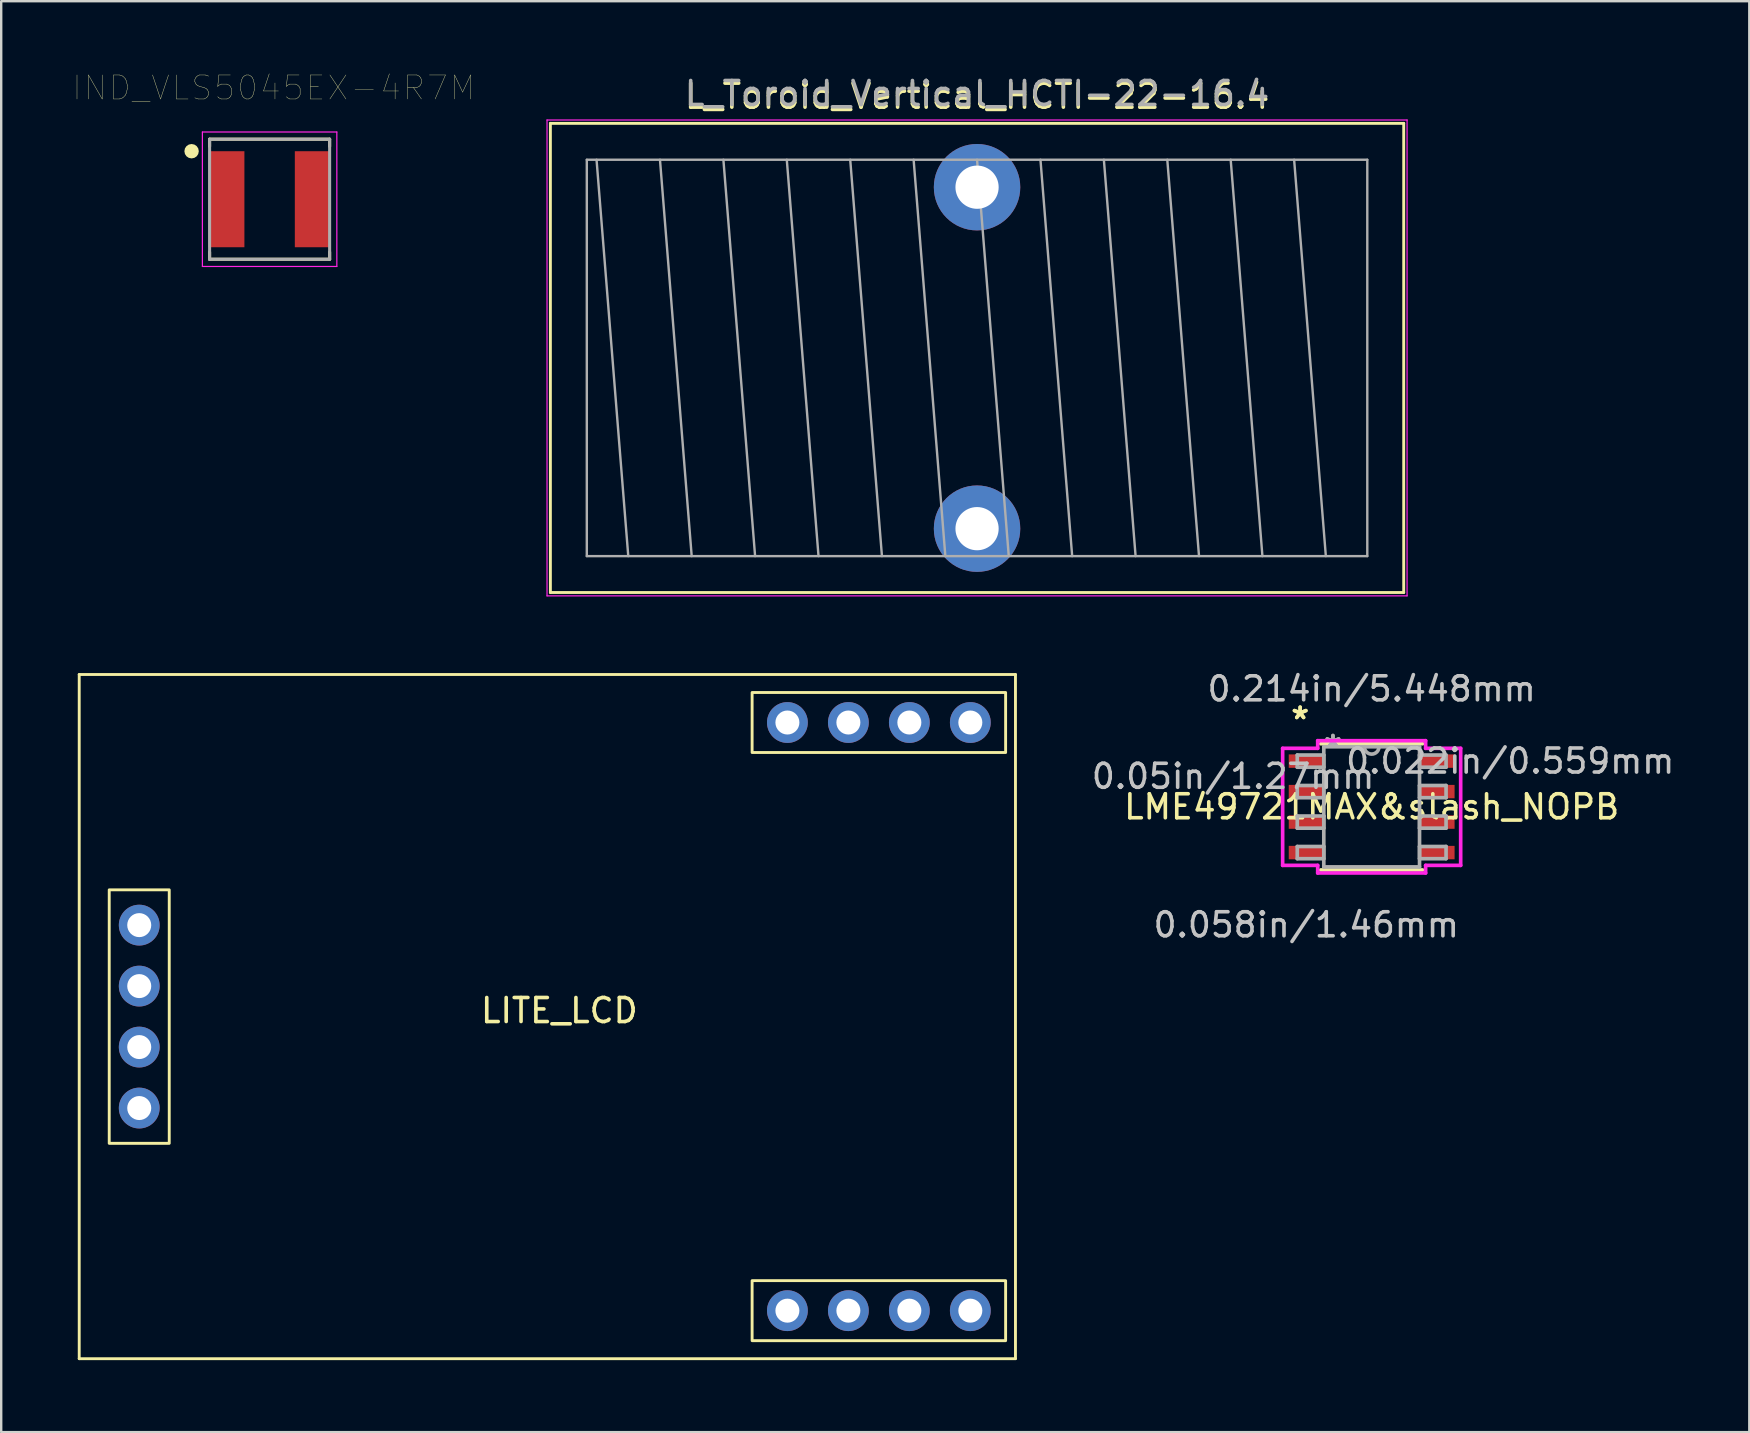
<source format=kicad_pcb>
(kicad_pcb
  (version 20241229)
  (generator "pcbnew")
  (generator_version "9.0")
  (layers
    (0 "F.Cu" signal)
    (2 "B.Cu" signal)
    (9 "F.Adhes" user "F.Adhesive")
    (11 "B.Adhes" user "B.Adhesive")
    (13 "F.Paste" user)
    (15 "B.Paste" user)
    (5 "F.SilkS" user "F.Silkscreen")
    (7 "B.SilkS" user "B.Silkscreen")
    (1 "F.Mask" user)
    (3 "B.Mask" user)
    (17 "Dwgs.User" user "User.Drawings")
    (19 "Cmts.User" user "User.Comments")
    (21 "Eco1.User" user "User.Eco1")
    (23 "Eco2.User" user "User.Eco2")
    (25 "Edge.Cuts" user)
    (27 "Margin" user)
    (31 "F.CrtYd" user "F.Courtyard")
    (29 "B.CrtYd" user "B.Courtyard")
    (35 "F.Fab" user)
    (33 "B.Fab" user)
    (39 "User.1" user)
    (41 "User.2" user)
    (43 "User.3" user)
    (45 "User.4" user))
  (footprint "L_Toroid_Vertical_HCTI-22-16.4"
    (layer "F.Cu")
    (at 37.65 4.748)
    (property "Reference" "L_Toroid_Vertical_HCTI-22-16.4" (at 0 -3.79 0) (layer "F.SilkS") (effects (font (size 1 1) (thickness 0.15))))
    (attr through_hole)
    (fp_line (start -17.773 -2.66) (end -17.773 16.884) (stroke (width 0.12) (type solid)) (layer "F.SilkS"))
    (fp_line (start -17.773 -2.66) (end 17.773 -2.66) (stroke (width 0.12) (type solid)) (layer "F.SilkS"))
    (fp_line (start -17.773 16.884) (end 17.773 16.884) (stroke (width 0.12) (type solid)) (layer "F.SilkS"))
    (fp_line (start 17.773 -2.66) (end 17.773 16.884) (stroke (width 0.12) (type solid)) (layer "F.SilkS"))
    (fp_line (start -17.913 -2.8) (end -17.913 17.024) (stroke (width 0.05) (type solid)) (layer "F.CrtYd"))
    (fp_line (start -17.913 17.024) (end 17.913 17.024) (stroke (width 0.05) (type solid)) (layer "F.CrtYd"))
    (fp_line (start 17.913 -2.8) (end -17.913 -2.8) (stroke (width 0.05) (type solid)) (layer "F.CrtYd"))
    (fp_line (start 17.913 17.024) (end 17.913 -2.8) (stroke (width 0.05) (type solid)) (layer "F.CrtYd"))
    (fp_line (start -16.256 -1.143) (end -16.256 15.367) (stroke (width 0.1) (type solid)) (layer "F.Fab"))
    (fp_line (start -16.256 15.367) (end 16.256 15.367) (stroke (width 0.1) (type solid)) (layer "F.Fab"))
    (fp_line (start -15.85 -1.143) (end -14.529 15.367) (stroke (width 0.1) (type solid)) (layer "F.Fab"))
    (fp_line (start -13.208 -1.143) (end -11.887 15.367) (stroke (width 0.1) (type solid)) (layer "F.Fab"))
    (fp_line (start -10.566 -1.143) (end -9.246 15.367) (stroke (width 0.1) (type solid)) (layer "F.Fab"))
    (fp_line (start -7.925 -1.143) (end -6.604 15.367) (stroke (width 0.1) (type solid)) (layer "F.Fab"))
    (fp_line (start -5.283 -1.143) (end -3.962 15.367) (stroke (width 0.1) (type solid)) (layer "F.Fab"))
    (fp_line (start -2.642 -1.143) (end -1.321 15.367) (stroke (width 0.1) (type solid)) (layer "F.Fab"))
    (fp_line (start 0 -1.143) (end 1.321 15.367) (stroke (width 0.1) (type solid)) (layer "F.Fab"))
    (fp_line (start 2.642 -1.143) (end 3.962 15.367) (stroke (width 0.1) (type solid)) (layer "F.Fab"))
    (fp_line (start 5.283 -1.143) (end 6.604 15.367) (stroke (width 0.1) (type solid)) (layer "F.Fab"))
    (fp_line (start 7.925 -1.143) (end 9.246 15.367) (stroke (width 0.1) (type solid)) (layer "F.Fab"))
    (fp_line (start 10.566 -1.143) (end 11.887 15.367) (stroke (width 0.1) (type solid)) (layer "F.Fab"))
    (fp_line (start 13.208 -1.143) (end 14.529 15.367) (stroke (width 0.1) (type solid)) (layer "F.Fab"))
    (fp_line (start 16.256 -1.143) (end -16.256 -1.143) (stroke (width 0.1) (type solid)) (layer "F.Fab"))
    (fp_line (start 16.256 15.367) (end 16.256 -1.143) (stroke (width 0.1) (type solid)) (layer "F.Fab"))
    (fp_text user "${REFERENCE}" (at 0 -3.9 0) (layer "F.Fab") (effects (font (size 1 1) (thickness 0.15))))
    (pad "1" thru_hole circle (at 0 0) (size 3.6 3.6) (drill 1.8) (layers "*.Cu" "*.Mask"))
    (pad "2" thru_hole circle (at 0 14.224) (size 3.6 3.6) (drill 1.8) (layers "*.Cu" "*.Mask")))
  (footprint "LITE_LCD"
    (layer "F.Cu")
    (at 0.25 25.047)
    (property "Reference" "LITE_LCD" (at 20 14 0) (unlocked yes) (layer "F.SilkS") (effects (font (size 1 1) (thickness 0.15))))
    (attr smd)
    (fp_line (start 0 0) (end 39 0) (stroke (width 0.12) (type solid)) (layer "F.SilkS"))
    (fp_line (start 0 28.5) (end 0 0) (stroke (width 0.12) (type solid)) (layer "F.SilkS"))
    (fp_line (start 39 0) (end 39 28.5) (stroke (width 0.12) (type solid)) (layer "F.SilkS"))
    (fp_line (start 39 28.5) (end 0 28.5) (stroke (width 0.12) (type solid)) (layer "F.SilkS"))
    (fp_rect (start 1.25 8.97) (end 3.75 19.53) (stroke (width 0.12) (type solid)) (fill no) (layer "F.SilkS"))
    (fp_rect (start 28.03 0.75) (end 38.59 3.25) (stroke (width 0.12) (type solid)) (fill no) (layer "F.SilkS"))
    (fp_rect (start 28.03 25.25) (end 38.59 27.75) (stroke (width 0.12) (type solid)) (fill no) (layer "F.SilkS"))
    (pad "1" thru_hole circle (at 29.5 2) (size 1.7 1.7) (drill 1) (layers "*.Cu" "*.Mask"))
    (pad "2" thru_hole circle (at 32.04 2) (size 1.7 1.7) (drill 1) (layers "*.Cu" "*.Mask"))
    (pad "3" thru_hole circle (at 34.58 2) (size 1.7 1.7) (drill 1) (layers "*.Cu" "*.Mask"))
    (pad "4" thru_hole circle (at 37.12 2) (size 1.7 1.7) (drill 1) (layers "*.Cu" "*.Mask"))
    (pad "5" thru_hole circle (at 29.5 26.5) (size 1.7 1.7) (drill 1) (layers "*.Cu" "*.Mask"))
    (pad "6" thru_hole circle (at 32.04 26.5) (size 1.7 1.7) (drill 1) (layers "*.Cu" "*.Mask"))
    (pad "7" thru_hole circle (at 34.58 26.5) (size 1.7 1.7) (drill 1) (layers "*.Cu" "*.Mask"))
    (pad "8" thru_hole circle (at 37.12 26.5) (size 1.7 1.7) (drill 1) (layers "*.Cu" "*.Mask"))
    (pad "9" thru_hole circle (at 2.5 10.44 270) (size 1.7 1.7) (drill 1) (layers "*.Cu" "*.Mask"))
    (pad "10" thru_hole circle (at 2.5 12.98 270) (size 1.7 1.7) (drill 1) (layers "*.Cu" "*.Mask"))
    (pad "11" thru_hole circle (at 2.5 15.52 270) (size 1.7 1.7) (drill 1) (layers "*.Cu" "*.Mask"))
    (pad "12" thru_hole circle (at 2.5 18.06 270) (size 1.7 1.7) (drill 1) (layers "*.Cu" "*.Mask")))
  (footprint "LME49721MAX&slash_NOPB"
    (layer "F.Cu")
    (at 54.088 30.56)
    (property "Reference" "LME49721MAX&slash_NOPB" (at 0 0 0) (layer "F.SilkS") (effects (font (size 1 1) (thickness 0.15))))
    (attr through_hole)
    (fp_line (start -2.121 2.629) (end 2.121 2.629) (stroke (width 0.152) (type solid)) (layer "F.SilkS"))
    (fp_line (start 2.121 -2.629) (end -2.121 -2.629) (stroke (width 0.152) (type solid)) (layer "F.SilkS"))
    (fp_line (start -3.708 -2.438) (end -2.248 -2.438) (stroke (width 0.152) (type solid)) (layer "F.CrtYd"))
    (fp_line (start -3.708 2.438) (end -3.708 -2.438) (stroke (width 0.152) (type solid)) (layer "F.CrtYd"))
    (fp_line (start -2.248 -2.756) (end 2.248 -2.756) (stroke (width 0.152) (type solid)) (layer "F.CrtYd"))
    (fp_line (start -2.248 -2.438) (end -2.248 -2.756) (stroke (width 0.152) (type solid)) (layer "F.CrtYd"))
    (fp_line (start -2.248 2.438) (end -3.708 2.438) (stroke (width 0.152) (type solid)) (layer "F.CrtYd"))
    (fp_line (start -2.248 2.756) (end -2.248 2.438) (stroke (width 0.152) (type solid)) (layer "F.CrtYd"))
    (fp_line (start 2.248 -2.756) (end 2.248 -2.438) (stroke (width 0.152) (type solid)) (layer "F.CrtYd"))
    (fp_line (start 2.248 -2.438) (end 3.708 -2.438) (stroke (width 0.152) (type solid)) (layer "F.CrtYd"))
    (fp_line (start 2.248 2.438) (end 2.248 2.756) (stroke (width 0.152) (type solid)) (layer "F.CrtYd"))
    (fp_line (start 2.248 2.756) (end -2.248 2.756) (stroke (width 0.152) (type solid)) (layer "F.CrtYd"))
    (fp_line (start 3.708 -2.438) (end 3.708 2.438) (stroke (width 0.152) (type solid)) (layer "F.CrtYd"))
    (fp_line (start 3.708 2.438) (end 2.248 2.438) (stroke (width 0.152) (type solid)) (layer "F.CrtYd"))
    (fp_line (start -3.099 -2.159) (end -3.099 -1.651) (stroke (width 0.152) (type solid)) (layer "F.Fab"))
    (fp_line (start -3.099 -1.651) (end -1.994 -1.651) (stroke (width 0.152) (type solid)) (layer "F.Fab"))
    (fp_line (start -3.099 -0.889) (end -3.099 -0.381) (stroke (width 0.152) (type solid)) (layer "F.Fab"))
    (fp_line (start -3.099 -0.381) (end -1.994 -0.381) (stroke (width 0.152) (type solid)) (layer "F.Fab"))
    (fp_line (start -3.099 0.381) (end -3.099 0.889) (stroke (width 0.152) (type solid)) (layer "F.Fab"))
    (fp_line (start -3.099 0.889) (end -1.994 0.889) (stroke (width 0.152) (type solid)) (layer "F.Fab"))
    (fp_line (start -3.099 1.651) (end -3.099 2.159) (stroke (width 0.152) (type solid)) (layer "F.Fab"))
    (fp_line (start -3.099 2.159) (end -1.994 2.159) (stroke (width 0.152) (type solid)) (layer "F.Fab"))
    (fp_line (start -1.994 -2.502) (end -1.994 2.502) (stroke (width 0.152) (type solid)) (layer "F.Fab"))
    (fp_line (start -1.994 -2.159) (end -3.099 -2.159) (stroke (width 0.152) (type solid)) (layer "F.Fab"))
    (fp_line (start -1.994 -1.651) (end -1.994 -2.159) (stroke (width 0.152) (type solid)) (layer "F.Fab"))
    (fp_line (start -1.994 -0.889) (end -3.099 -0.889) (stroke (width 0.152) (type solid)) (layer "F.Fab"))
    (fp_line (start -1.994 -0.381) (end -1.994 -0.889) (stroke (width 0.152) (type solid)) (layer "F.Fab"))
    (fp_line (start -1.994 0.381) (end -3.099 0.381) (stroke (width 0.152) (type solid)) (layer "F.Fab"))
    (fp_line (start -1.994 0.889) (end -1.994 0.381) (stroke (width 0.152) (type solid)) (layer "F.Fab"))
    (fp_line (start -1.994 1.651) (end -3.099 1.651) (stroke (width 0.152) (type solid)) (layer "F.Fab"))
    (fp_line (start -1.994 2.159) (end -1.994 1.651) (stroke (width 0.152) (type solid)) (layer "F.Fab"))
    (fp_line (start -1.994 2.502) (end 1.994 2.502) (stroke (width 0.152) (type solid)) (layer "F.Fab"))
    (fp_line (start 1.994 -2.502) (end -1.994 -2.502) (stroke (width 0.152) (type solid)) (layer "F.Fab"))
    (fp_line (start 1.994 -2.159) (end 1.994 -1.651) (stroke (width 0.152) (type solid)) (layer "F.Fab"))
    (fp_line (start 1.994 -1.651) (end 3.099 -1.651) (stroke (width 0.152) (type solid)) (layer "F.Fab"))
    (fp_line (start 1.994 -0.889) (end 1.994 -0.381) (stroke (width 0.152) (type solid)) (layer "F.Fab"))
    (fp_line (start 1.994 -0.381) (end 3.099 -0.381) (stroke (width 0.152) (type solid)) (layer "F.Fab"))
    (fp_line (start 1.994 0.381) (end 1.994 0.889) (stroke (width 0.152) (type solid)) (layer "F.Fab"))
    (fp_line (start 1.994 0.889) (end 3.099 0.889) (stroke (width 0.152) (type solid)) (layer "F.Fab"))
    (fp_line (start 1.994 1.651) (end 1.994 2.159) (stroke (width 0.152) (type solid)) (layer "F.Fab"))
    (fp_line (start 1.994 2.159) (end 3.099 2.159) (stroke (width 0.152) (type solid)) (layer "F.Fab"))
    (fp_line (start 1.994 2.502) (end 1.994 -2.502) (stroke (width 0.152) (type solid)) (layer "F.Fab"))
    (fp_line (start 3.099 -2.159) (end 1.994 -2.159) (stroke (width 0.152) (type solid)) (layer "F.Fab"))
    (fp_line (start 3.099 -1.651) (end 3.099 -2.159) (stroke (width 0.152) (type solid)) (layer "F.Fab"))
    (fp_line (start 3.099 -0.889) (end 1.994 -0.889) (stroke (width 0.152) (type solid)) (layer "F.Fab"))
    (fp_line (start 3.099 -0.381) (end 3.099 -0.889) (stroke (width 0.152) (type solid)) (layer "F.Fab"))
    (fp_line (start 3.099 0.381) (end 1.994 0.381) (stroke (width 0.152) (type solid)) (layer "F.Fab"))
    (fp_line (start 3.099 0.889) (end 3.099 0.381) (stroke (width 0.152) (type solid)) (layer "F.Fab"))
    (fp_line (start 3.099 1.651) (end 1.994 1.651) (stroke (width 0.152) (type solid)) (layer "F.Fab"))
    (fp_line (start 3.099 2.159) (end 3.099 1.651) (stroke (width 0.152) (type solid)) (layer "F.Fab"))
    (fp_arc (start 0.3048 -2.5019) (mid 0 -2.1971) (end -0.3048 -2.5019) (stroke (width 0.1524) (type solid)) (layer "F.Fab"))
    (fp_text user "*" (at -2.978 -3.607 0) (layer "F.SilkS") (effects (font (size 1 1) (thickness 0.15))))
    (fp_text user "*" (at -2.978 -3.607 0) (layer "F.SilkS") (effects (font (size 1 1) (thickness 0.15))))
    (fp_text user "0.022in/0.559mm" (at 5.772 -1.905 0) (layer "Dwgs.User") (effects (font (size 1 1) (thickness 0.15))))
    (fp_text user "0.214in/5.448mm" (at 0 -4.915 0) (layer "Dwgs.User") (effects (font (size 1 1) (thickness 0.15))))
    (fp_text user "0.058in/1.46mm" (at -2.724 4.915 0) (layer "Dwgs.User") (effects (font (size 1 1) (thickness 0.15))))
    (fp_text user "0.05in/1.27mm" (at -5.772 -1.27 0) (layer "Dwgs.User") (effects (font (size 1 1) (thickness 0.15))))
    (fp_text user "Copyright 2016 Accelerated Designs. All rights reserved." (at 0 0 0) (layer "Cmts.User") (effects (font (size 0.127 0.127) (thickness 0.002))))
    (fp_text user "*" (at -1.613 -2.426 0) (layer "F.Fab") (effects (font (size 1 1) (thickness 0.15))))
    (fp_text user "*" (at -1.613 -2.426 0) (layer "F.Fab") (effects (font (size 1 1) (thickness 0.15))))
    (pad "1" smd rect (at -2.724 -1.905) (size 1.46 0.559) (layers "F.Cu" "F.Mask" "F.Paste"))
    (pad "2" smd rect (at -2.724 -0.635) (size 1.46 0.559) (layers "F.Cu" "F.Mask" "F.Paste"))
    (pad "3" smd rect (at -2.724 0.635) (size 1.46 0.559) (layers "F.Cu" "F.Mask" "F.Paste"))
    (pad "4" smd rect (at -2.724 1.905) (size 1.46 0.559) (layers "F.Cu" "F.Mask" "F.Paste"))
    (pad "5" smd rect (at 2.724 1.905) (size 1.46 0.559) (layers "F.Cu" "F.Mask" "F.Paste"))
    (pad "6" smd rect (at 2.724 0.635) (size 1.46 0.559) (layers "F.Cu" "F.Mask" "F.Paste"))
    (pad "7" smd rect (at 2.724 -0.635) (size 1.46 0.559) (layers "F.Cu" "F.Mask" "F.Paste"))
    (pad "8" smd rect (at 2.724 -1.905) (size 1.46 0.559) (layers "F.Cu" "F.Mask" "F.Paste")))
  (footprint "IND_VLS5045EX-4R7M"
    (layer "F.Cu")
    (at 8.181 5.249)
    (property "Reference" "IND_VLS5045EX-4R7M" (at 0.175 -4.638 0) (layer "F.SilkS") (effects (font (size 1.001 1.001) (thickness 0.015))))
    (attr through_hole)
    (fp_line (start -2.5 -2.5) (end -2.5 -2.2) (stroke (width 0.127) (type solid)) (layer "F.SilkS"))
    (fp_line (start -2.5 -2.5) (end 2.5 -2.5) (stroke (width 0.127) (type solid)) (layer "F.SilkS"))
    (fp_line (start -2.5 2.5) (end -2.5 2.2) (stroke (width 0.127) (type solid)) (layer "F.SilkS"))
    (fp_line (start -2.5 2.5) (end 2.5 2.5) (stroke (width 0.127) (type solid)) (layer "F.SilkS"))
    (fp_line (start 2.5 -2.5) (end 2.5 -2.2) (stroke (width 0.127) (type solid)) (layer "F.SilkS"))
    (fp_line (start 2.5 2.5) (end 2.5 2.2) (stroke (width 0.127) (type solid)) (layer "F.SilkS"))
    (fp_circle (center -3.25 -2) (end -3.1 -2) (stroke (width 0.3) (type solid)) (fill no) (layer "F.SilkS"))
    (fp_line (start -2.8 -2.8) (end 2.8 -2.8) (stroke (width 0.05) (type solid)) (layer "F.CrtYd"))
    (fp_line (start -2.8 2.8) (end -2.8 -2.8) (stroke (width 0.05) (type solid)) (layer "F.CrtYd"))
    (fp_line (start 2.8 -2.8) (end 2.8 2.8) (stroke (width 0.05) (type solid)) (layer "F.CrtYd"))
    (fp_line (start 2.8 2.8) (end -2.8 2.8) (stroke (width 0.05) (type solid)) (layer "F.CrtYd"))
    (fp_line (start -2.5 -2.5) (end 2.5 -2.5) (stroke (width 0.127) (type solid)) (layer "F.Fab"))
    (fp_line (start -2.5 2.5) (end -2.5 -2.5) (stroke (width 0.127) (type solid)) (layer "F.Fab"))
    (fp_line (start 2.5 -2.5) (end 2.5 2.5) (stroke (width 0.127) (type solid)) (layer "F.Fab"))
    (fp_line (start 2.5 2.5) (end -2.5 2.5) (stroke (width 0.127) (type solid)) (layer "F.Fab"))
    (pad "1" smd rect (at -1.8 0) (size 1.5 4) (layers "F.Cu" "F.Mask" "F.Paste"))
    (pad "2" smd rect (at 1.8 0) (size 1.5 4) (layers "F.Cu" "F.Mask" "F.Paste")))
  (gr_rect
    (start -3 -3)
    (end 69.819 56.607)
    (stroke (width 0.1) (type default))
    (fill no)
    (layer "Edge.Cuts")))
</source>
